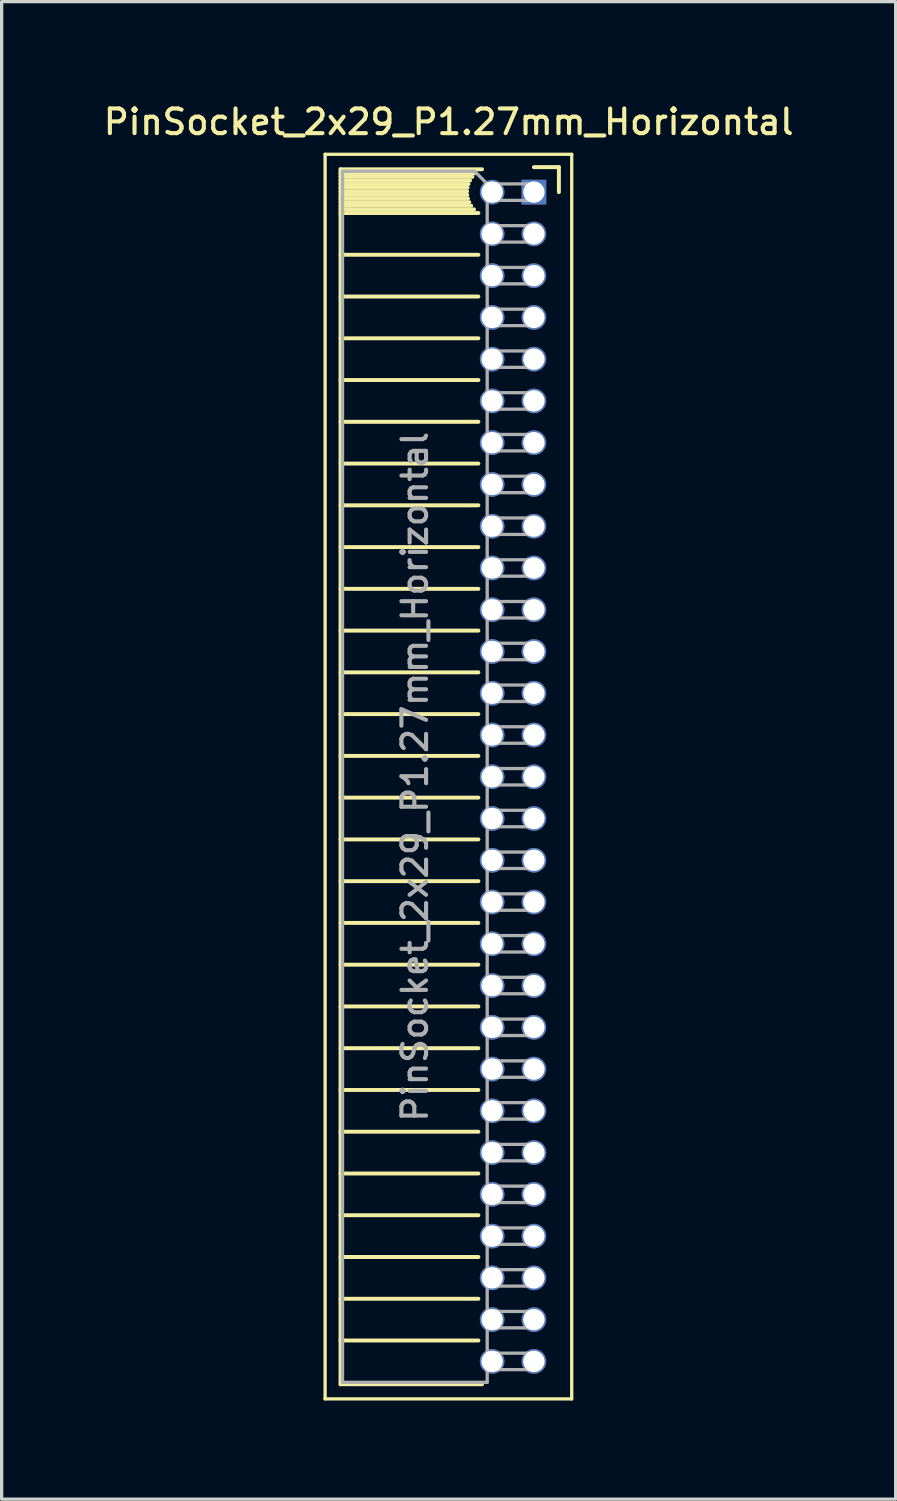
<source format=kicad_pcb>
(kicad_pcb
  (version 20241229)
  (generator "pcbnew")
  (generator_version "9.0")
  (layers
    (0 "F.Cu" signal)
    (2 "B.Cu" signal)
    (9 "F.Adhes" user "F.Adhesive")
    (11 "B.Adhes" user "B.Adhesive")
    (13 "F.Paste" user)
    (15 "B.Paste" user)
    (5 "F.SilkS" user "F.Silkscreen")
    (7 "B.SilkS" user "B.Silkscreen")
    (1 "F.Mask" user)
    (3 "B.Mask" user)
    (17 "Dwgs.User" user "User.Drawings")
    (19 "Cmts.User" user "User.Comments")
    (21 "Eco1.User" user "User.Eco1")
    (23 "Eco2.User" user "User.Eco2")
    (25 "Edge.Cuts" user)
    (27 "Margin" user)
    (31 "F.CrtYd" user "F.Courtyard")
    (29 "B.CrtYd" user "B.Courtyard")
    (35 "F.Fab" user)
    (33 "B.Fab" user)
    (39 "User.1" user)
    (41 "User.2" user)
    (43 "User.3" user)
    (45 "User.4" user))
  (footprint "PinSocket_2x29_P1.27mm_Horizontal"
    (layer "F.Cu")
    (at 13.187 2.793)
    (property "Reference" "PinSocket_2x29_P1.27mm_Horizontal" (at -2.592 -2.135 0) (layer "F.SilkS") (effects (font (size 0.75 0.75) (thickness 0.125))))
    (attr through_hole)
    (fp_line (start -6.35 -1.15) (end -6.35 36.7) (stroke (width 0.1) (type solid)) (layer "F.SilkS"))
    (fp_line (start -6.35 36.7) (end 1.15 36.7) (stroke (width 0.1) (type solid)) (layer "F.SilkS"))
    (fp_line (start -5.88 -0.695) (end -5.88 36.255) (stroke (width 0.12) (type solid)) (layer "F.SilkS"))
    (fp_line (start -5.88 -0.695) (end -1.578 -0.695) (stroke (width 0.12) (type solid)) (layer "F.SilkS"))
    (fp_line (start -5.88 -0.575) (end -1.767 -0.575) (stroke (width 0.12) (type solid)) (layer "F.SilkS"))
    (fp_line (start -5.88 -0.465) (end -1.871 -0.465) (stroke (width 0.12) (type solid)) (layer "F.SilkS"))
    (fp_line (start -5.88 -0.355) (end -1.942 -0.355) (stroke (width 0.12) (type solid)) (layer "F.SilkS"))
    (fp_line (start -5.88 -0.245) (end -1.989 -0.245) (stroke (width 0.12) (type solid)) (layer "F.SilkS"))
    (fp_line (start -5.88 -0.135) (end -2.018 -0.135) (stroke (width 0.12) (type solid)) (layer "F.SilkS"))
    (fp_line (start -5.88 -0.025) (end -2.03 -0.025) (stroke (width 0.12) (type solid)) (layer "F.SilkS"))
    (fp_line (start -5.88 0.085) (end -2.025 0.085) (stroke (width 0.12) (type solid)) (layer "F.SilkS"))
    (fp_line (start -5.88 0.195) (end -2.005 0.195) (stroke (width 0.12) (type solid)) (layer "F.SilkS"))
    (fp_line (start -5.88 0.305) (end -1.966 0.305) (stroke (width 0.12) (type solid)) (layer "F.SilkS"))
    (fp_line (start -5.88 0.415) (end -1.907 0.415) (stroke (width 0.12) (type solid)) (layer "F.SilkS"))
    (fp_line (start -5.88 0.525) (end -1.82 0.525) (stroke (width 0.12) (type solid)) (layer "F.SilkS"))
    (fp_line (start -5.88 0.635) (end -1.688 0.635) (stroke (width 0.12) (type solid)) (layer "F.SilkS"))
    (fp_line (start -5.88 1.905) (end -1.688 1.905) (stroke (width 0.12) (type solid)) (layer "F.SilkS"))
    (fp_line (start -5.88 3.175) (end -1.688 3.175) (stroke (width 0.12) (type solid)) (layer "F.SilkS"))
    (fp_line (start -5.88 4.445) (end -1.688 4.445) (stroke (width 0.12) (type solid)) (layer "F.SilkS"))
    (fp_line (start -5.88 5.715) (end -1.688 5.715) (stroke (width 0.12) (type solid)) (layer "F.SilkS"))
    (fp_line (start -5.88 6.985) (end -1.688 6.985) (stroke (width 0.12) (type solid)) (layer "F.SilkS"))
    (fp_line (start -5.88 8.255) (end -1.688 8.255) (stroke (width 0.12) (type solid)) (layer "F.SilkS"))
    (fp_line (start -5.88 9.525) (end -1.688 9.525) (stroke (width 0.12) (type solid)) (layer "F.SilkS"))
    (fp_line (start -5.88 10.795) (end -1.688 10.795) (stroke (width 0.12) (type solid)) (layer "F.SilkS"))
    (fp_line (start -5.88 12.065) (end -1.688 12.065) (stroke (width 0.12) (type solid)) (layer "F.SilkS"))
    (fp_line (start -5.88 13.335) (end -1.688 13.335) (stroke (width 0.12) (type solid)) (layer "F.SilkS"))
    (fp_line (start -5.88 14.605) (end -1.688 14.605) (stroke (width 0.12) (type solid)) (layer "F.SilkS"))
    (fp_line (start -5.88 15.875) (end -1.688 15.875) (stroke (width 0.12) (type solid)) (layer "F.SilkS"))
    (fp_line (start -5.88 17.145) (end -1.688 17.145) (stroke (width 0.12) (type solid)) (layer "F.SilkS"))
    (fp_line (start -5.88 18.415) (end -1.688 18.415) (stroke (width 0.12) (type solid)) (layer "F.SilkS"))
    (fp_line (start -5.88 19.685) (end -1.688 19.685) (stroke (width 0.12) (type solid)) (layer "F.SilkS"))
    (fp_line (start -5.88 20.955) (end -1.688 20.955) (stroke (width 0.12) (type solid)) (layer "F.SilkS"))
    (fp_line (start -5.88 22.225) (end -1.688 22.225) (stroke (width 0.12) (type solid)) (layer "F.SilkS"))
    (fp_line (start -5.88 23.495) (end -1.688 23.495) (stroke (width 0.12) (type solid)) (layer "F.SilkS"))
    (fp_line (start -5.88 24.765) (end -1.688 24.765) (stroke (width 0.12) (type solid)) (layer "F.SilkS"))
    (fp_line (start -5.88 26.035) (end -1.688 26.035) (stroke (width 0.12) (type solid)) (layer "F.SilkS"))
    (fp_line (start -5.88 27.305) (end -1.688 27.305) (stroke (width 0.12) (type solid)) (layer "F.SilkS"))
    (fp_line (start -5.88 28.575) (end -1.688 28.575) (stroke (width 0.12) (type solid)) (layer "F.SilkS"))
    (fp_line (start -5.88 29.845) (end -1.688 29.845) (stroke (width 0.12) (type solid)) (layer "F.SilkS"))
    (fp_line (start -5.88 31.115) (end -1.688 31.115) (stroke (width 0.12) (type solid)) (layer "F.SilkS"))
    (fp_line (start -5.88 32.385) (end -1.688 32.385) (stroke (width 0.12) (type solid)) (layer "F.SilkS"))
    (fp_line (start -5.88 33.655) (end -1.688 33.655) (stroke (width 0.12) (type solid)) (layer "F.SilkS"))
    (fp_line (start -5.88 34.925) (end -1.688 34.925) (stroke (width 0.12) (type solid)) (layer "F.SilkS"))
    (fp_line (start -5.88 36.255) (end -1.578 36.255) (stroke (width 0.12) (type solid)) (layer "F.SilkS"))
    (fp_line (start 0 -0.76) (end 0.76 -0.76) (stroke (width 0.12) (type solid)) (layer "F.SilkS"))
    (fp_line (start 0.76 -0.76) (end 0.76 0) (stroke (width 0.12) (type solid)) (layer "F.SilkS"))
    (fp_line (start 1.15 -1.15) (end -6.35 -1.15) (stroke (width 0.1) (type solid)) (layer "F.SilkS"))
    (fp_line (start 1.15 36.7) (end 1.15 -1.15) (stroke (width 0.1) (type solid)) (layer "F.SilkS"))
    (fp_line (start -5.82 -0.635) (end -1.805 -0.635) (stroke (width 0.1) (type solid)) (layer "F.Fab"))
    (fp_line (start -5.82 36.195) (end -5.82 -0.635) (stroke (width 0.1) (type solid)) (layer "F.Fab"))
    (fp_line (start -1.805 -0.635) (end -1.42 -0.25) (stroke (width 0.1) (type solid)) (layer "F.Fab"))
    (fp_line (start -1.42 -0.25) (end -1.42 36.195) (stroke (width 0.1) (type solid)) (layer "F.Fab"))
    (fp_line (start -1.42 0.25) (end 0 0.25) (stroke (width 0.1) (type solid)) (layer "F.Fab"))
    (fp_line (start -1.42 1.52) (end 0 1.52) (stroke (width 0.1) (type solid)) (layer "F.Fab"))
    (fp_line (start -1.42 2.79) (end 0 2.79) (stroke (width 0.1) (type solid)) (layer "F.Fab"))
    (fp_line (start -1.42 4.06) (end 0 4.06) (stroke (width 0.1) (type solid)) (layer "F.Fab"))
    (fp_line (start -1.42 5.33) (end 0 5.33) (stroke (width 0.1) (type solid)) (layer "F.Fab"))
    (fp_line (start -1.42 6.6) (end 0 6.6) (stroke (width 0.1) (type solid)) (layer "F.Fab"))
    (fp_line (start -1.42 7.87) (end 0 7.87) (stroke (width 0.1) (type solid)) (layer "F.Fab"))
    (fp_line (start -1.42 9.14) (end 0 9.14) (stroke (width 0.1) (type solid)) (layer "F.Fab"))
    (fp_line (start -1.42 10.41) (end 0 10.41) (stroke (width 0.1) (type solid)) (layer "F.Fab"))
    (fp_line (start -1.42 11.68) (end 0 11.68) (stroke (width 0.1) (type solid)) (layer "F.Fab"))
    (fp_line (start -1.42 12.95) (end 0 12.95) (stroke (width 0.1) (type solid)) (layer "F.Fab"))
    (fp_line (start -1.42 14.22) (end 0 14.22) (stroke (width 0.1) (type solid)) (layer "F.Fab"))
    (fp_line (start -1.42 15.49) (end 0 15.49) (stroke (width 0.1) (type solid)) (layer "F.Fab"))
    (fp_line (start -1.42 16.76) (end 0 16.76) (stroke (width 0.1) (type solid)) (layer "F.Fab"))
    (fp_line (start -1.42 18.03) (end 0 18.03) (stroke (width 0.1) (type solid)) (layer "F.Fab"))
    (fp_line (start -1.42 19.3) (end 0 19.3) (stroke (width 0.1) (type solid)) (layer "F.Fab"))
    (fp_line (start -1.42 20.57) (end 0 20.57) (stroke (width 0.1) (type solid)) (layer "F.Fab"))
    (fp_line (start -1.42 21.84) (end 0 21.84) (stroke (width 0.1) (type solid)) (layer "F.Fab"))
    (fp_line (start -1.42 23.11) (end 0 23.11) (stroke (width 0.1) (type solid)) (layer "F.Fab"))
    (fp_line (start -1.42 24.38) (end 0 24.38) (stroke (width 0.1) (type solid)) (layer "F.Fab"))
    (fp_line (start -1.42 25.65) (end 0 25.65) (stroke (width 0.1) (type solid)) (layer "F.Fab"))
    (fp_line (start -1.42 26.92) (end 0 26.92) (stroke (width 0.1) (type solid)) (layer "F.Fab"))
    (fp_line (start -1.42 28.19) (end 0 28.19) (stroke (width 0.1) (type solid)) (layer "F.Fab"))
    (fp_line (start -1.42 29.46) (end 0 29.46) (stroke (width 0.1) (type solid)) (layer "F.Fab"))
    (fp_line (start -1.42 30.73) (end 0 30.73) (stroke (width 0.1) (type solid)) (layer "F.Fab"))
    (fp_line (start -1.42 32) (end 0 32) (stroke (width 0.1) (type solid)) (layer "F.Fab"))
    (fp_line (start -1.42 33.27) (end 0 33.27) (stroke (width 0.1) (type solid)) (layer "F.Fab"))
    (fp_line (start -1.42 34.54) (end 0 34.54) (stroke (width 0.1) (type solid)) (layer "F.Fab"))
    (fp_line (start -1.42 35.81) (end 0 35.81) (stroke (width 0.1) (type solid)) (layer "F.Fab"))
    (fp_line (start -1.42 36.195) (end -5.82 36.195) (stroke (width 0.1) (type solid)) (layer "F.Fab"))
    (fp_line (start 0 -0.25) (end -1.42 -0.25) (stroke (width 0.1) (type solid)) (layer "F.Fab"))
    (fp_line (start 0 0.25) (end 0 -0.25) (stroke (width 0.1) (type solid)) (layer "F.Fab"))
    (fp_line (start 0 1.02) (end -1.42 1.02) (stroke (width 0.1) (type solid)) (layer "F.Fab"))
    (fp_line (start 0 1.52) (end 0 1.02) (stroke (width 0.1) (type solid)) (layer "F.Fab"))
    (fp_line (start 0 2.29) (end -1.42 2.29) (stroke (width 0.1) (type solid)) (layer "F.Fab"))
    (fp_line (start 0 2.79) (end 0 2.29) (stroke (width 0.1) (type solid)) (layer "F.Fab"))
    (fp_line (start 0 3.56) (end -1.42 3.56) (stroke (width 0.1) (type solid)) (layer "F.Fab"))
    (fp_line (start 0 4.06) (end 0 3.56) (stroke (width 0.1) (type solid)) (layer "F.Fab"))
    (fp_line (start 0 4.83) (end -1.42 4.83) (stroke (width 0.1) (type solid)) (layer "F.Fab"))
    (fp_line (start 0 5.33) (end 0 4.83) (stroke (width 0.1) (type solid)) (layer "F.Fab"))
    (fp_line (start 0 6.1) (end -1.42 6.1) (stroke (width 0.1) (type solid)) (layer "F.Fab"))
    (fp_line (start 0 6.6) (end 0 6.1) (stroke (width 0.1) (type solid)) (layer "F.Fab"))
    (fp_line (start 0 7.37) (end -1.42 7.37) (stroke (width 0.1) (type solid)) (layer "F.Fab"))
    (fp_line (start 0 7.87) (end 0 7.37) (stroke (width 0.1) (type solid)) (layer "F.Fab"))
    (fp_line (start 0 8.64) (end -1.42 8.64) (stroke (width 0.1) (type solid)) (layer "F.Fab"))
    (fp_line (start 0 9.14) (end 0 8.64) (stroke (width 0.1) (type solid)) (layer "F.Fab"))
    (fp_line (start 0 9.91) (end -1.42 9.91) (stroke (width 0.1) (type solid)) (layer "F.Fab"))
    (fp_line (start 0 10.41) (end 0 9.91) (stroke (width 0.1) (type solid)) (layer "F.Fab"))
    (fp_line (start 0 11.18) (end -1.42 11.18) (stroke (width 0.1) (type solid)) (layer "F.Fab"))
    (fp_line (start 0 11.68) (end 0 11.18) (stroke (width 0.1) (type solid)) (layer "F.Fab"))
    (fp_line (start 0 12.45) (end -1.42 12.45) (stroke (width 0.1) (type solid)) (layer "F.Fab"))
    (fp_line (start 0 12.95) (end 0 12.45) (stroke (width 0.1) (type solid)) (layer "F.Fab"))
    (fp_line (start 0 13.72) (end -1.42 13.72) (stroke (width 0.1) (type solid)) (layer "F.Fab"))
    (fp_line (start 0 14.22) (end 0 13.72) (stroke (width 0.1) (type solid)) (layer "F.Fab"))
    (fp_line (start 0 14.99) (end -1.42 14.99) (stroke (width 0.1) (type solid)) (layer "F.Fab"))
    (fp_line (start 0 15.49) (end 0 14.99) (stroke (width 0.1) (type solid)) (layer "F.Fab"))
    (fp_line (start 0 16.26) (end -1.42 16.26) (stroke (width 0.1) (type solid)) (layer "F.Fab"))
    (fp_line (start 0 16.76) (end 0 16.26) (stroke (width 0.1) (type solid)) (layer "F.Fab"))
    (fp_line (start 0 17.53) (end -1.42 17.53) (stroke (width 0.1) (type solid)) (layer "F.Fab"))
    (fp_line (start 0 18.03) (end 0 17.53) (stroke (width 0.1) (type solid)) (layer "F.Fab"))
    (fp_line (start 0 18.8) (end -1.42 18.8) (stroke (width 0.1) (type solid)) (layer "F.Fab"))
    (fp_line (start 0 19.3) (end 0 18.8) (stroke (width 0.1) (type solid)) (layer "F.Fab"))
    (fp_line (start 0 20.07) (end -1.42 20.07) (stroke (width 0.1) (type solid)) (layer "F.Fab"))
    (fp_line (start 0 20.57) (end 0 20.07) (stroke (width 0.1) (type solid)) (layer "F.Fab"))
    (fp_line (start 0 21.34) (end -1.42 21.34) (stroke (width 0.1) (type solid)) (layer "F.Fab"))
    (fp_line (start 0 21.84) (end 0 21.34) (stroke (width 0.1) (type solid)) (layer "F.Fab"))
    (fp_line (start 0 22.61) (end -1.42 22.61) (stroke (width 0.1) (type solid)) (layer "F.Fab"))
    (fp_line (start 0 23.11) (end 0 22.61) (stroke (width 0.1) (type solid)) (layer "F.Fab"))
    (fp_line (start 0 23.88) (end -1.42 23.88) (stroke (width 0.1) (type solid)) (layer "F.Fab"))
    (fp_line (start 0 24.38) (end 0 23.88) (stroke (width 0.1) (type solid)) (layer "F.Fab"))
    (fp_line (start 0 25.15) (end -1.42 25.15) (stroke (width 0.1) (type solid)) (layer "F.Fab"))
    (fp_line (start 0 25.65) (end 0 25.15) (stroke (width 0.1) (type solid)) (layer "F.Fab"))
    (fp_line (start 0 26.42) (end -1.42 26.42) (stroke (width 0.1) (type solid)) (layer "F.Fab"))
    (fp_line (start 0 26.92) (end 0 26.42) (stroke (width 0.1) (type solid)) (layer "F.Fab"))
    (fp_line (start 0 27.69) (end -1.42 27.69) (stroke (width 0.1) (type solid)) (layer "F.Fab"))
    (fp_line (start 0 28.19) (end 0 27.69) (stroke (width 0.1) (type solid)) (layer "F.Fab"))
    (fp_line (start 0 28.96) (end -1.42 28.96) (stroke (width 0.1) (type solid)) (layer "F.Fab"))
    (fp_line (start 0 29.46) (end 0 28.96) (stroke (width 0.1) (type solid)) (layer "F.Fab"))
    (fp_line (start 0 30.23) (end -1.42 30.23) (stroke (width 0.1) (type solid)) (layer "F.Fab"))
    (fp_line (start 0 30.73) (end 0 30.23) (stroke (width 0.1) (type solid)) (layer "F.Fab"))
    (fp_line (start 0 31.5) (end -1.42 31.5) (stroke (width 0.1) (type solid)) (layer "F.Fab"))
    (fp_line (start 0 32) (end 0 31.5) (stroke (width 0.1) (type solid)) (layer "F.Fab"))
    (fp_line (start 0 32.77) (end -1.42 32.77) (stroke (width 0.1) (type solid)) (layer "F.Fab"))
    (fp_line (start 0 33.27) (end 0 32.77) (stroke (width 0.1) (type solid)) (layer "F.Fab"))
    (fp_line (start 0 34.04) (end -1.42 34.04) (stroke (width 0.1) (type solid)) (layer "F.Fab"))
    (fp_line (start 0 34.54) (end 0 34.04) (stroke (width 0.1) (type solid)) (layer "F.Fab"))
    (fp_line (start 0 35.31) (end -1.42 35.31) (stroke (width 0.1) (type solid)) (layer "F.Fab"))
    (fp_line (start 0 35.81) (end 0 35.31) (stroke (width 0.1) (type solid)) (layer "F.Fab"))
    (fp_text user "${REFERENCE}" (at -3.62 17.78 90) (layer "F.Fab") (effects (font (size 0.75 0.75) (thickness 0.125))))
    (pad "1" thru_hole rect (at 0 0) (size 0.75 0.75) (drill 0.65) (layers "*.Cu" "*.Mask"))
    (pad "2" thru_hole oval (at -1.27 0) (size 0.75 0.75) (drill 0.65) (layers "*.Cu" "*.Mask"))
    (pad "3" thru_hole oval (at 0 1.27) (size 0.75 0.75) (drill 0.65) (layers "*.Cu" "*.Mask"))
    (pad "4" thru_hole oval (at -1.27 1.27) (size 0.75 0.75) (drill 0.65) (layers "*.Cu" "*.Mask"))
    (pad "5" thru_hole oval (at 0 2.54) (size 0.75 0.75) (drill 0.65) (layers "*.Cu" "*.Mask"))
    (pad "6" thru_hole oval (at -1.27 2.54) (size 0.75 0.75) (drill 0.65) (layers "*.Cu" "*.Mask"))
    (pad "7" thru_hole oval (at 0 3.81) (size 0.75 0.75) (drill 0.65) (layers "*.Cu" "*.Mask"))
    (pad "8" thru_hole oval (at -1.27 3.81) (size 0.75 0.75) (drill 0.65) (layers "*.Cu" "*.Mask"))
    (pad "9" thru_hole oval (at 0 5.08) (size 0.75 0.75) (drill 0.65) (layers "*.Cu" "*.Mask"))
    (pad "10" thru_hole oval (at -1.27 5.08) (size 0.75 0.75) (drill 0.65) (layers "*.Cu" "*.Mask"))
    (pad "11" thru_hole oval (at 0 6.35) (size 0.75 0.75) (drill 0.65) (layers "*.Cu" "*.Mask"))
    (pad "12" thru_hole oval (at -1.27 6.35) (size 0.75 0.75) (drill 0.65) (layers "*.Cu" "*.Mask"))
    (pad "13" thru_hole oval (at 0 7.62) (size 0.75 0.75) (drill 0.65) (layers "*.Cu" "*.Mask"))
    (pad "14" thru_hole oval (at -1.27 7.62) (size 0.75 0.75) (drill 0.65) (layers "*.Cu" "*.Mask"))
    (pad "15" thru_hole oval (at 0 8.89) (size 0.75 0.75) (drill 0.65) (layers "*.Cu" "*.Mask"))
    (pad "16" thru_hole oval (at -1.27 8.89) (size 0.75 0.75) (drill 0.65) (layers "*.Cu" "*.Mask"))
    (pad "17" thru_hole oval (at 0 10.16) (size 0.75 0.75) (drill 0.65) (layers "*.Cu" "*.Mask"))
    (pad "18" thru_hole oval (at -1.27 10.16) (size 0.75 0.75) (drill 0.65) (layers "*.Cu" "*.Mask"))
    (pad "19" thru_hole oval (at 0 11.43) (size 0.75 0.75) (drill 0.65) (layers "*.Cu" "*.Mask"))
    (pad "20" thru_hole oval (at -1.27 11.43) (size 0.75 0.75) (drill 0.65) (layers "*.Cu" "*.Mask"))
    (pad "21" thru_hole oval (at 0 12.7) (size 0.75 0.75) (drill 0.65) (layers "*.Cu" "*.Mask"))
    (pad "22" thru_hole oval (at -1.27 12.7) (size 0.75 0.75) (drill 0.65) (layers "*.Cu" "*.Mask"))
    (pad "23" thru_hole oval (at 0 13.97) (size 0.75 0.75) (drill 0.65) (layers "*.Cu" "*.Mask"))
    (pad "24" thru_hole oval (at -1.27 13.97) (size 0.75 0.75) (drill 0.65) (layers "*.Cu" "*.Mask"))
    (pad "25" thru_hole oval (at 0 15.24) (size 0.75 0.75) (drill 0.65) (layers "*.Cu" "*.Mask"))
    (pad "26" thru_hole oval (at -1.27 15.24) (size 0.75 0.75) (drill 0.65) (layers "*.Cu" "*.Mask"))
    (pad "27" thru_hole oval (at 0 16.51) (size 0.75 0.75) (drill 0.65) (layers "*.Cu" "*.Mask"))
    (pad "28" thru_hole oval (at -1.27 16.51) (size 0.75 0.75) (drill 0.65) (layers "*.Cu" "*.Mask"))
    (pad "29" thru_hole oval (at 0 17.78) (size 0.75 0.75) (drill 0.65) (layers "*.Cu" "*.Mask"))
    (pad "30" thru_hole oval (at -1.27 17.78) (size 0.75 0.75) (drill 0.65) (layers "*.Cu" "*.Mask"))
    (pad "31" thru_hole oval (at 0 19.05) (size 0.75 0.75) (drill 0.65) (layers "*.Cu" "*.Mask"))
    (pad "32" thru_hole oval (at -1.27 19.05) (size 0.75 0.75) (drill 0.65) (layers "*.Cu" "*.Mask"))
    (pad "33" thru_hole oval (at 0 20.32) (size 0.75 0.75) (drill 0.65) (layers "*.Cu" "*.Mask"))
    (pad "34" thru_hole oval (at -1.27 20.32) (size 0.75 0.75) (drill 0.65) (layers "*.Cu" "*.Mask"))
    (pad "35" thru_hole oval (at 0 21.59) (size 0.75 0.75) (drill 0.65) (layers "*.Cu" "*.Mask"))
    (pad "36" thru_hole oval (at -1.27 21.59) (size 0.75 0.75) (drill 0.65) (layers "*.Cu" "*.Mask"))
    (pad "37" thru_hole oval (at 0 22.86) (size 0.75 0.75) (drill 0.65) (layers "*.Cu" "*.Mask"))
    (pad "38" thru_hole oval (at -1.27 22.86) (size 0.75 0.75) (drill 0.65) (layers "*.Cu" "*.Mask"))
    (pad "39" thru_hole oval (at 0 24.13) (size 0.75 0.75) (drill 0.65) (layers "*.Cu" "*.Mask"))
    (pad "40" thru_hole oval (at -1.27 24.13) (size 0.75 0.75) (drill 0.65) (layers "*.Cu" "*.Mask"))
    (pad "41" thru_hole oval (at 0 25.4) (size 0.75 0.75) (drill 0.65) (layers "*.Cu" "*.Mask"))
    (pad "42" thru_hole oval (at -1.27 25.4) (size 0.75 0.75) (drill 0.65) (layers "*.Cu" "*.Mask"))
    (pad "43" thru_hole oval (at 0 26.67) (size 0.75 0.75) (drill 0.65) (layers "*.Cu" "*.Mask"))
    (pad "44" thru_hole oval (at -1.27 26.67) (size 0.75 0.75) (drill 0.65) (layers "*.Cu" "*.Mask"))
    (pad "45" thru_hole oval (at 0 27.94) (size 0.75 0.75) (drill 0.65) (layers "*.Cu" "*.Mask"))
    (pad "46" thru_hole oval (at -1.27 27.94) (size 0.75 0.75) (drill 0.65) (layers "*.Cu" "*.Mask"))
    (pad "47" thru_hole oval (at 0 29.21) (size 0.75 0.75) (drill 0.65) (layers "*.Cu" "*.Mask"))
    (pad "48" thru_hole oval (at -1.27 29.21) (size 0.75 0.75) (drill 0.65) (layers "*.Cu" "*.Mask"))
    (pad "49" thru_hole oval (at 0 30.48) (size 0.75 0.75) (drill 0.65) (layers "*.Cu" "*.Mask"))
    (pad "50" thru_hole oval (at -1.27 30.48) (size 0.75 0.75) (drill 0.65) (layers "*.Cu" "*.Mask"))
    (pad "51" thru_hole oval (at 0 31.75) (size 0.75 0.75) (drill 0.65) (layers "*.Cu" "*.Mask"))
    (pad "52" thru_hole oval (at -1.27 31.75) (size 0.75 0.75) (drill 0.65) (layers "*.Cu" "*.Mask"))
    (pad "53" thru_hole oval (at 0 33.02) (size 0.75 0.75) (drill 0.65) (layers "*.Cu" "*.Mask"))
    (pad "54" thru_hole oval (at -1.27 33.02) (size 0.75 0.75) (drill 0.65) (layers "*.Cu" "*.Mask"))
    (pad "55" thru_hole oval (at 0 34.29) (size 0.75 0.75) (drill 0.65) (layers "*.Cu" "*.Mask"))
    (pad "56" thru_hole oval (at -1.27 34.29) (size 0.75 0.75) (drill 0.65) (layers "*.Cu" "*.Mask"))
    (pad "57" thru_hole oval (at 0 35.56) (size 0.75 0.75) (drill 0.65) (layers "*.Cu" "*.Mask"))
    (pad "58" thru_hole oval (at -1.27 35.56) (size 0.75 0.75) (drill 0.65) (layers "*.Cu" "*.Mask")))
  (gr_rect
    (start -3 -3)
    (end 24.189 42.543)
    (stroke (width 0.1) (type default))
    (fill no)
    (layer "Edge.Cuts")))
</source>
